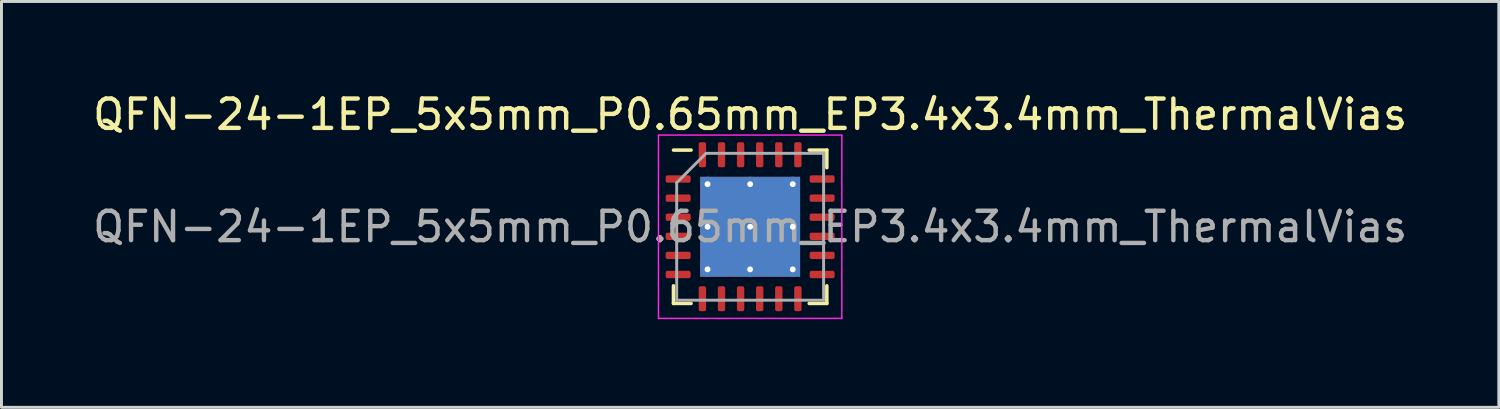
<source format=kicad_pcb>
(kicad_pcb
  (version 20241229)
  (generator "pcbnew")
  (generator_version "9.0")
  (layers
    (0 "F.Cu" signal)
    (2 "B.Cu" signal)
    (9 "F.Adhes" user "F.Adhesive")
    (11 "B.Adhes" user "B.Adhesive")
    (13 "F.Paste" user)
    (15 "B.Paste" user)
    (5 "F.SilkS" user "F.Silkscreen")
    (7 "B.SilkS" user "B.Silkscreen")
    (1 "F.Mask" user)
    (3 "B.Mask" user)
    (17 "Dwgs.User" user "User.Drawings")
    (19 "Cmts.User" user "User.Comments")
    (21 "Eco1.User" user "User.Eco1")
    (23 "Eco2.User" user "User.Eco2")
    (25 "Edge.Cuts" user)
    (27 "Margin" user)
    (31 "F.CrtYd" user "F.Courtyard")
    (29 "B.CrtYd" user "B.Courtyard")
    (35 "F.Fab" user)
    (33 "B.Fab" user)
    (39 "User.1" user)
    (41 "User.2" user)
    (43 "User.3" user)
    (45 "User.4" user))
  (footprint "QFN-24-1EP_5x5mm_P0.65mm_EP3.4x3.4mm_ThermalVias"
    (layer "F.Cu")
    (at 22.482 4.668)
    (property "Reference" "QFN-24-1EP_5x5mm_P0.65mm_EP3.4x3.4mm_ThermalVias" (at 0 -3.82 0) (layer "F.SilkS") (effects (font (size 1 1) (thickness 0.15))))
    (attr smd)
    (fp_line (start -2.61 2.61) (end -2.61 2.01) (stroke (width 0.12) (type solid)) (layer "F.SilkS"))
    (fp_line (start -2.01 -2.61) (end -2.61 -2.61) (stroke (width 0.12) (type solid)) (layer "F.SilkS"))
    (fp_line (start -2.01 2.61) (end -2.61 2.61) (stroke (width 0.12) (type solid)) (layer "F.SilkS"))
    (fp_line (start 2.01 -2.61) (end 2.61 -2.61) (stroke (width 0.12) (type solid)) (layer "F.SilkS"))
    (fp_line (start 2.01 2.61) (end 2.61 2.61) (stroke (width 0.12) (type solid)) (layer "F.SilkS"))
    (fp_line (start 2.61 -2.61) (end 2.61 -2.01) (stroke (width 0.12) (type solid)) (layer "F.SilkS"))
    (fp_line (start 2.61 2.61) (end 2.61 2.01) (stroke (width 0.12) (type solid)) (layer "F.SilkS"))
    (fp_line (start -3.12 -3.12) (end -3.12 3.12) (stroke (width 0.05) (type solid)) (layer "F.CrtYd"))
    (fp_line (start -3.12 3.12) (end 3.12 3.12) (stroke (width 0.05) (type solid)) (layer "F.CrtYd"))
    (fp_line (start 3.12 -3.12) (end -3.12 -3.12) (stroke (width 0.05) (type solid)) (layer "F.CrtYd"))
    (fp_line (start 3.12 3.12) (end 3.12 -3.12) (stroke (width 0.05) (type solid)) (layer "F.CrtYd"))
    (fp_line (start -2.5 -1.5) (end -1.5 -2.5) (stroke (width 0.1) (type solid)) (layer "F.Fab"))
    (fp_line (start -2.5 2.5) (end -2.5 -1.5) (stroke (width 0.1) (type solid)) (layer "F.Fab"))
    (fp_line (start -1.5 -2.5) (end 2.5 -2.5) (stroke (width 0.1) (type solid)) (layer "F.Fab"))
    (fp_line (start 2.5 -2.5) (end 2.5 2.5) (stroke (width 0.1) (type solid)) (layer "F.Fab"))
    (fp_line (start 2.5 2.5) (end -2.5 2.5) (stroke (width 0.1) (type solid)) (layer "F.Fab"))
    (fp_text user "${REFERENCE}" (at 0 0 0) (layer "F.Fab") (effects (font (size 1 1) (thickness 0.15))))
    (pad "" smd roundrect (at -0.85 -0.85) (size 1.47 1.47) (layers "F.Paste") (roundrect_rratio 0.17))
    (pad "" smd roundrect (at -0.85 0.85) (size 1.47 1.47) (layers "F.Paste") (roundrect_rratio 0.17))
    (pad "" smd roundrect (at 0.85 -0.85) (size 1.47 1.47) (layers "F.Paste") (roundrect_rratio 0.17))
    (pad "" smd roundrect (at 0.85 0.85) (size 1.47 1.47) (layers "F.Paste") (roundrect_rratio 0.17))
    (pad "1" smd roundrect (at -2.45 -1.625) (size 0.85 0.25) (layers "F.Cu" "F.Mask" "F.Paste") (roundrect_rratio 0.25))
    (pad "2" smd roundrect (at -2.45 -0.975) (size 0.85 0.25) (layers "F.Cu" "F.Mask" "F.Paste") (roundrect_rratio 0.25))
    (pad "3" smd roundrect (at -2.45 -0.325) (size 0.85 0.25) (layers "F.Cu" "F.Mask" "F.Paste") (roundrect_rratio 0.25))
    (pad "4" smd roundrect (at -2.45 0.325) (size 0.85 0.25) (layers "F.Cu" "F.Mask" "F.Paste") (roundrect_rratio 0.25))
    (pad "5" smd roundrect (at -2.45 0.975) (size 0.85 0.25) (layers "F.Cu" "F.Mask" "F.Paste") (roundrect_rratio 0.25))
    (pad "6" smd roundrect (at -2.45 1.625) (size 0.85 0.25) (layers "F.Cu" "F.Mask" "F.Paste") (roundrect_rratio 0.25))
    (pad "7" smd roundrect (at -1.625 2.45) (size 0.25 0.85) (layers "F.Cu" "F.Mask" "F.Paste") (roundrect_rratio 0.25))
    (pad "8" smd roundrect (at -0.975 2.45) (size 0.25 0.85) (layers "F.Cu" "F.Mask" "F.Paste") (roundrect_rratio 0.25))
    (pad "9" smd roundrect (at -0.325 2.45) (size 0.25 0.85) (layers "F.Cu" "F.Mask" "F.Paste") (roundrect_rratio 0.25))
    (pad "10" smd roundrect (at 0.325 2.45) (size 0.25 0.85) (layers "F.Cu" "F.Mask" "F.Paste") (roundrect_rratio 0.25))
    (pad "11" smd roundrect (at 0.975 2.45) (size 0.25 0.85) (layers "F.Cu" "F.Mask" "F.Paste") (roundrect_rratio 0.25))
    (pad "12" smd roundrect (at 1.625 2.45) (size 0.25 0.85) (layers "F.Cu" "F.Mask" "F.Paste") (roundrect_rratio 0.25))
    (pad "13" smd roundrect (at 2.45 1.625) (size 0.85 0.25) (layers "F.Cu" "F.Mask" "F.Paste") (roundrect_rratio 0.25))
    (pad "14" smd roundrect (at 2.45 0.975) (size 0.85 0.25) (layers "F.Cu" "F.Mask" "F.Paste") (roundrect_rratio 0.25))
    (pad "15" smd roundrect (at 2.45 0.325) (size 0.85 0.25) (layers "F.Cu" "F.Mask" "F.Paste") (roundrect_rratio 0.25))
    (pad "16" smd roundrect (at 2.45 -0.325) (size 0.85 0.25) (layers "F.Cu" "F.Mask" "F.Paste") (roundrect_rratio 0.25))
    (pad "17" smd roundrect (at 2.45 -0.975) (size 0.85 0.25) (layers "F.Cu" "F.Mask" "F.Paste") (roundrect_rratio 0.25))
    (pad "18" smd roundrect (at 2.45 -1.625) (size 0.85 0.25) (layers "F.Cu" "F.Mask" "F.Paste") (roundrect_rratio 0.25))
    (pad "19" smd roundrect (at 1.625 -2.45) (size 0.25 0.85) (layers "F.Cu" "F.Mask" "F.Paste") (roundrect_rratio 0.25))
    (pad "20" smd roundrect (at 0.975 -2.45) (size 0.25 0.85) (layers "F.Cu" "F.Mask" "F.Paste") (roundrect_rratio 0.25))
    (pad "21" smd roundrect (at 0.325 -2.45) (size 0.25 0.85) (layers "F.Cu" "F.Mask" "F.Paste") (roundrect_rratio 0.25))
    (pad "22" smd roundrect (at -0.325 -2.45) (size 0.25 0.85) (layers "F.Cu" "F.Mask" "F.Paste") (roundrect_rratio 0.25))
    (pad "23" smd roundrect (at -0.975 -2.45) (size 0.25 0.85) (layers "F.Cu" "F.Mask" "F.Paste") (roundrect_rratio 0.25))
    (pad "24" smd roundrect (at -1.625 -2.45) (size 0.25 0.85) (layers "F.Cu" "F.Mask" "F.Paste") (roundrect_rratio 0.25))
    (pad "25" thru_hole circle (at -1.45 -1.45) (size 0.5 0.5) (drill 0.2) (layers "*.Cu"))
    (pad "25" thru_hole circle (at -1.45 0) (size 0.5 0.5) (drill 0.2) (layers "*.Cu"))
    (pad "25" thru_hole circle (at -1.45 1.45) (size 0.5 0.5) (drill 0.2) (layers "*.Cu"))
    (pad "25" thru_hole circle (at 0 -1.45) (size 0.5 0.5) (drill 0.2) (layers "*.Cu"))
    (pad "25" thru_hole circle (at 0 0) (size 0.5 0.5) (drill 0.2) (layers "*.Cu"))
    (pad "25" smd rect (at 0 0) (size 3.4 3.4) (layers "F.Cu" "F.Mask"))
    (pad "25" smd rect (at 0 0) (size 3.4 3.4) (layers "B.Cu"))
    (pad "25" thru_hole circle (at 0 1.45) (size 0.5 0.5) (drill 0.2) (layers "*.Cu"))
    (pad "25" thru_hole circle (at 1.45 -1.45) (size 0.5 0.5) (drill 0.2) (layers "*.Cu"))
    (pad "25" thru_hole circle (at 1.45 0) (size 0.5 0.5) (drill 0.2) (layers "*.Cu"))
    (pad "25" thru_hole circle (at 1.45 1.45) (size 0.5 0.5) (drill 0.2) (layers "*.Cu")))
  (gr_rect
    (start -3 -3)
    (end 47.964 10.813)
    (stroke (width 0.1) (type default))
    (fill no)
    (layer "Edge.Cuts")))
</source>
